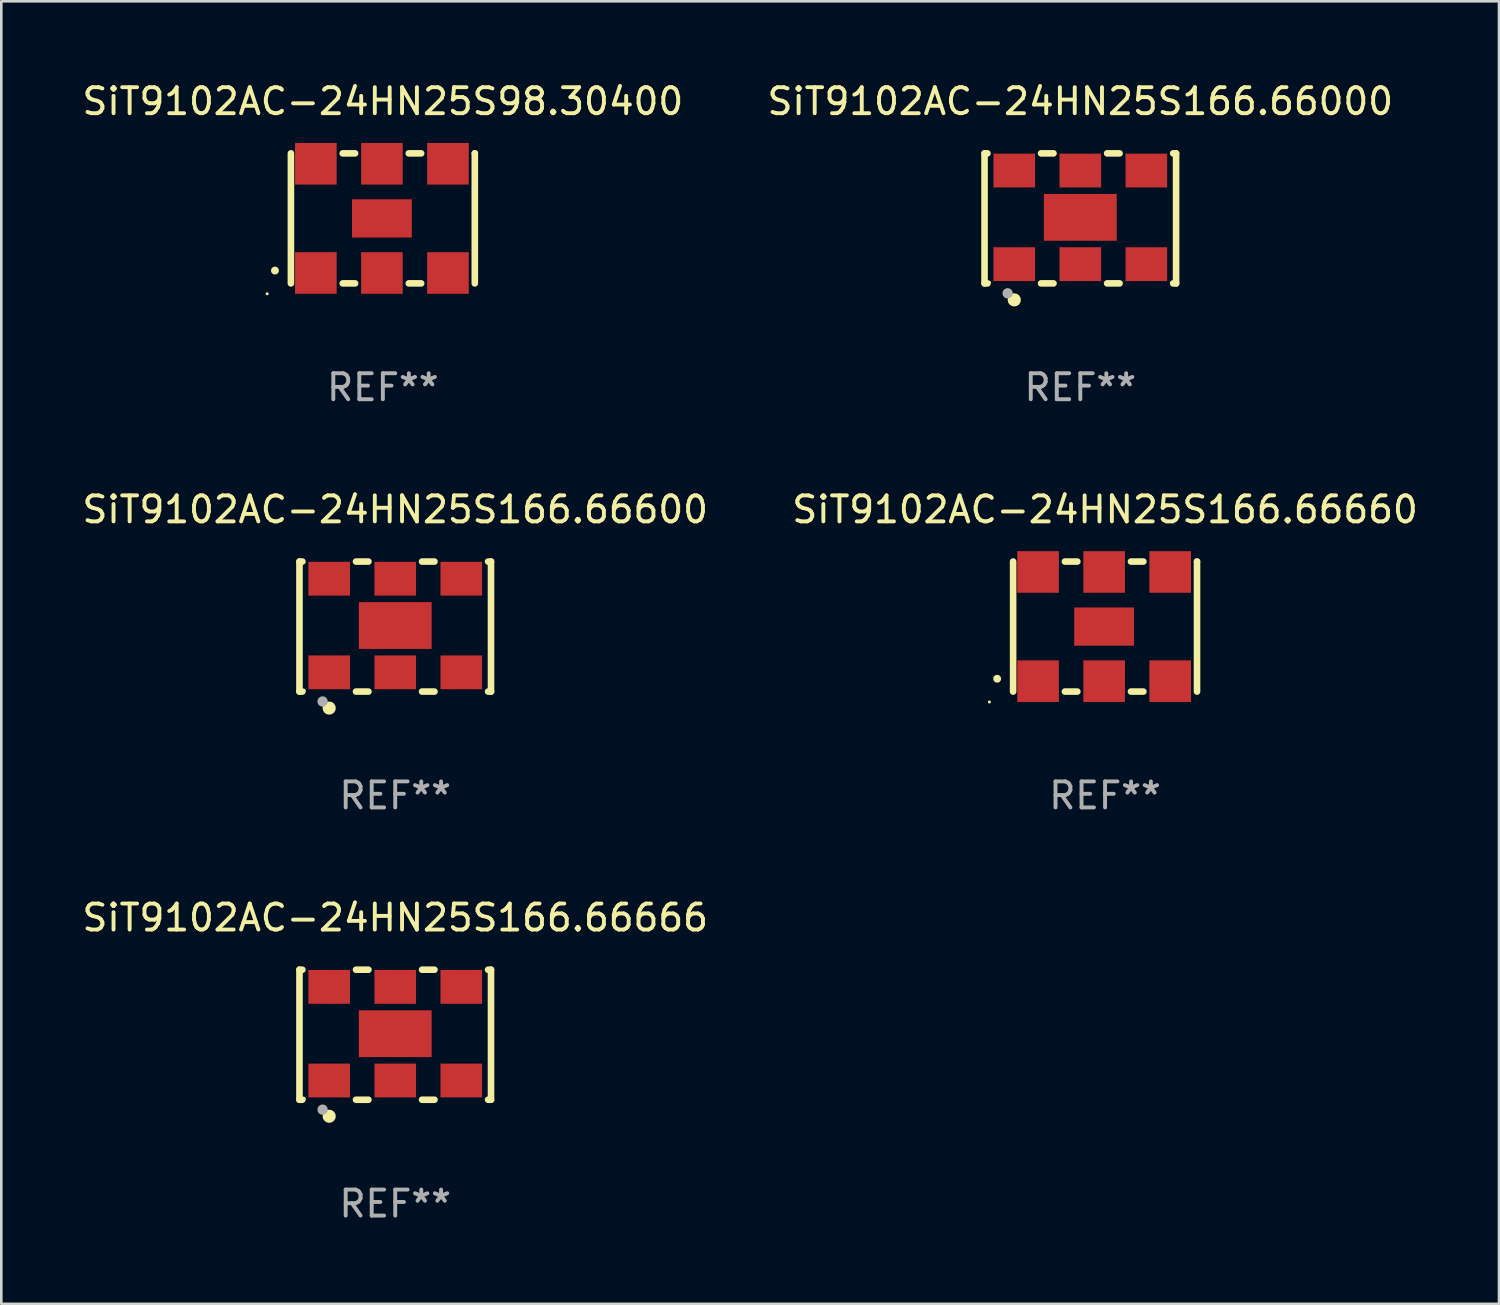
<source format=kicad_pcb>
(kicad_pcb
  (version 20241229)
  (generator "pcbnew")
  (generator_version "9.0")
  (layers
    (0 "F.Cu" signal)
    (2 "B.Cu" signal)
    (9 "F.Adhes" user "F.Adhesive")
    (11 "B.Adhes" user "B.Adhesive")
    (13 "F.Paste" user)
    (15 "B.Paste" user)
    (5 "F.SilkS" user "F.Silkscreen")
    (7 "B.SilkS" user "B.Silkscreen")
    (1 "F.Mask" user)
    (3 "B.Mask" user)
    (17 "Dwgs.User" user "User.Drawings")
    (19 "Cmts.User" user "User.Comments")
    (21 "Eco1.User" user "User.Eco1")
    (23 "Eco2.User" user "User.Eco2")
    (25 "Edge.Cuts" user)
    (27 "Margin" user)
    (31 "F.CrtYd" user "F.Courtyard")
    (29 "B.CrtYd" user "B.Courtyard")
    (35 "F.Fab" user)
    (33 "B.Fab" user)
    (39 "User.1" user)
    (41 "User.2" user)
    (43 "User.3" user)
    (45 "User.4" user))
  (footprint "SiT9102AC-24HN25S166.66660"
    (layer "F.Cu")
    (at 39.446 21.045)
    (property "Reference" "SiT9102AC-24HN25S166.66660" (at 0 -4.5 0) (layer "F.SilkS") (effects (font (size 1 1) (thickness 0.15))))
    (attr through_hole)
    (fp_line (start -3.536 -2.5) (end -3.536 2.5) (stroke (width 0.254) (type solid)) (layer "F.SilkS"))
    (fp_line (start -1.544 2.5) (end -1.067 2.5) (stroke (width 0.254) (type solid)) (layer "F.SilkS"))
    (fp_line (start -1.067 -2.5) (end -1.544 -2.5) (stroke (width 0.254) (type solid)) (layer "F.SilkS"))
    (fp_line (start 0.996 2.5) (end 1.473 2.5) (stroke (width 0.254) (type solid)) (layer "F.SilkS"))
    (fp_line (start 1.473 -2.5) (end 0.996 -2.5) (stroke (width 0.254) (type solid)) (layer "F.SilkS"))
    (fp_line (start 3.536 -2.5) (end 3.536 -2.5) (stroke (width 0.254) (type solid)) (layer "F.SilkS"))
    (fp_line (start 3.536 2.5) (end 3.536 -2.5) (stroke (width 0.254) (type solid)) (layer "F.SilkS"))
    (fp_arc (start -4.150432 2.006604) (mid -4.149162 2.006599) (end -4.147892 2.006604) (stroke (width 0.3) (type solid)) (layer "F.SilkS"))
    (fp_circle (center -4.449 2.9) (end -4.419 2.9) (stroke (width 0.06) (type solid)) (fill no) (layer "F.SilkS"))
    (fp_text user "REF**" (at 0 6.5 0) (layer "F.Fab") (effects (font (size 1 1) (thickness 0.15))))
    (pad "1" smd rect (at -2.576 2.1) (size 1.6 1.6) (layers "F.Cu" "F.Mask" "F.Paste"))
    (pad "2" smd rect (at -0.036 2.1) (size 1.6 1.6) (layers "F.Cu" "F.Mask" "F.Paste"))
    (pad "3" smd rect (at 2.504 2.1) (size 1.6 1.6) (layers "F.Cu" "F.Mask" "F.Paste"))
    (pad "4" smd rect (at 2.504 -2.1) (size 1.6 1.6) (layers "F.Cu" "F.Mask" "F.Paste"))
    (pad "5" smd rect (at -0.036 -2.1) (size 1.6 1.6) (layers "F.Cu" "F.Mask" "F.Paste"))
    (pad "6" smd rect (at -2.576 -2.1) (size 1.6 1.6) (layers "F.Cu" "F.Mask" "F.Paste"))
    (pad "7" smd rect (at -0.036 0) (size 2.3 1.47) (layers "F.Cu" "F.Mask" "F.Paste")))
  (footprint "SiT9102AC-24HN25S166.66600"
    (layer "F.Cu")
    (at 12.149 21.045)
    (property "Reference" "SiT9102AC-24HN25S166.66600" (at 0 -4.5 0) (layer "F.SilkS") (effects (font (size 1 1) (thickness 0.15))))
    (attr through_hole)
    (fp_line (start -3.683 -2.5) (end -3.571 -2.5) (stroke (width 0.254) (type solid)) (layer "F.SilkS"))
    (fp_line (start -3.683 2.5) (end -3.683 -2.5) (stroke (width 0.254) (type solid)) (layer "F.SilkS"))
    (fp_line (start -3.683 2.5) (end -3.571 2.5) (stroke (width 0.254) (type solid)) (layer "F.SilkS"))
    (fp_line (start -1.509 -2.5) (end -1.031 -2.5) (stroke (width 0.254) (type solid)) (layer "F.SilkS"))
    (fp_line (start -1.509 2.5) (end -1.031 2.5) (stroke (width 0.254) (type solid)) (layer "F.SilkS"))
    (fp_line (start 1.031 -2.5) (end 1.509 -2.5) (stroke (width 0.254) (type solid)) (layer "F.SilkS"))
    (fp_line (start 1.031 2.5) (end 1.509 2.5) (stroke (width 0.254) (type solid)) (layer "F.SilkS"))
    (fp_line (start 3.571 -2.5) (end 3.683 -2.5) (stroke (width 0.254) (type solid)) (layer "F.SilkS"))
    (fp_line (start 3.571 2.5) (end 3.683 2.5) (stroke (width 0.254) (type solid)) (layer "F.SilkS"))
    (fp_line (start 3.683 2.5) (end 3.683 -2.5) (stroke (width 0.254) (type solid)) (layer "F.SilkS"))
    (fp_circle (center -3.5 2.46) (end -3.47 2.46) (stroke (width 0.06) (type solid)) (fill no) (layer "F.SilkS"))
    (fp_circle (center -2.54 3.135) (end -2.413 3.135) (stroke (width 0.254) (type solid)) (fill no) (layer "F.SilkS"))
    (fp_circle (center -2.794 2.881) (end -2.694 2.881) (stroke (width 0.2) (type solid)) (fill no) (layer "F.Fab"))
    (fp_text user "REF**" (at 0 6.5 0) (layer "F.Fab") (effects (font (size 1 1) (thickness 0.15))))
    (pad "1" smd rect (at -2.54 1.76) (size 1.6 1.3) (layers "F.Cu" "F.Mask" "F.Paste"))
    (pad "2" smd rect (at 0 1.76) (size 1.6 1.3) (layers "F.Cu" "F.Mask" "F.Paste"))
    (pad "3" smd rect (at 2.54 1.76) (size 1.6 1.3) (layers "F.Cu" "F.Mask" "F.Paste"))
    (pad "4" smd rect (at 2.54 -1.84) (size 1.6 1.3) (layers "F.Cu" "F.Mask" "F.Paste"))
    (pad "5" smd rect (at 0 -1.84) (size 1.6 1.3) (layers "F.Cu" "F.Mask" "F.Paste"))
    (pad "6" smd rect (at -2.54 -1.84) (size 1.6 1.3) (layers "F.Cu" "F.Mask" "F.Paste"))
    (pad "7" smd rect (at 0 -0.04) (size 2.8 1.8) (layers "F.Cu" "F.Mask" "F.Paste")))
  (footprint "SiT9102AC-24HN25S166.66666"
    (layer "F.Cu")
    (at 12.149 36.741)
    (property "Reference" "SiT9102AC-24HN25S166.66666" (at 0 -4.5 0) (layer "F.SilkS") (effects (font (size 1 1) (thickness 0.15))))
    (attr through_hole)
    (fp_line (start -3.683 -2.5) (end -3.571 -2.5) (stroke (width 0.254) (type solid)) (layer "F.SilkS"))
    (fp_line (start -3.683 2.5) (end -3.683 -2.5) (stroke (width 0.254) (type solid)) (layer "F.SilkS"))
    (fp_line (start -3.683 2.5) (end -3.571 2.5) (stroke (width 0.254) (type solid)) (layer "F.SilkS"))
    (fp_line (start -1.509 -2.5) (end -1.031 -2.5) (stroke (width 0.254) (type solid)) (layer "F.SilkS"))
    (fp_line (start -1.509 2.5) (end -1.031 2.5) (stroke (width 0.254) (type solid)) (layer "F.SilkS"))
    (fp_line (start 1.031 -2.5) (end 1.509 -2.5) (stroke (width 0.254) (type solid)) (layer "F.SilkS"))
    (fp_line (start 1.031 2.5) (end 1.509 2.5) (stroke (width 0.254) (type solid)) (layer "F.SilkS"))
    (fp_line (start 3.571 -2.5) (end 3.683 -2.5) (stroke (width 0.254) (type solid)) (layer "F.SilkS"))
    (fp_line (start 3.571 2.5) (end 3.683 2.5) (stroke (width 0.254) (type solid)) (layer "F.SilkS"))
    (fp_line (start 3.683 2.5) (end 3.683 -2.5) (stroke (width 0.254) (type solid)) (layer "F.SilkS"))
    (fp_circle (center -3.5 2.46) (end -3.47 2.46) (stroke (width 0.06) (type solid)) (fill no) (layer "F.SilkS"))
    (fp_circle (center -2.54 3.135) (end -2.413 3.135) (stroke (width 0.254) (type solid)) (fill no) (layer "F.SilkS"))
    (fp_circle (center -2.794 2.881) (end -2.694 2.881) (stroke (width 0.2) (type solid)) (fill no) (layer "F.Fab"))
    (fp_text user "REF**" (at 0 6.5 0) (layer "F.Fab") (effects (font (size 1 1) (thickness 0.15))))
    (pad "1" smd rect (at -2.54 1.76) (size 1.6 1.3) (layers "F.Cu" "F.Mask" "F.Paste"))
    (pad "2" smd rect (at 0 1.76) (size 1.6 1.3) (layers "F.Cu" "F.Mask" "F.Paste"))
    (pad "3" smd rect (at 2.54 1.76) (size 1.6 1.3) (layers "F.Cu" "F.Mask" "F.Paste"))
    (pad "4" smd rect (at 2.54 -1.84) (size 1.6 1.3) (layers "F.Cu" "F.Mask" "F.Paste"))
    (pad "5" smd rect (at 0 -1.84) (size 1.6 1.3) (layers "F.Cu" "F.Mask" "F.Paste"))
    (pad "6" smd rect (at -2.54 -1.84) (size 1.6 1.3) (layers "F.Cu" "F.Mask" "F.Paste"))
    (pad "7" smd rect (at 0 -0.04) (size 2.8 1.8) (layers "F.Cu" "F.Mask" "F.Paste")))
  (footprint "SiT9102AC-24HN25S166.66000"
    (layer "F.Cu")
    (at 38.494 5.348)
    (property "Reference" "SiT9102AC-24HN25S166.66000" (at 0 -4.5 0) (layer "F.SilkS") (effects (font (size 1 1) (thickness 0.15))))
    (attr through_hole)
    (fp_line (start -3.683 -2.5) (end -3.571 -2.5) (stroke (width 0.254) (type solid)) (layer "F.SilkS"))
    (fp_line (start -3.683 2.5) (end -3.683 -2.5) (stroke (width 0.254) (type solid)) (layer "F.SilkS"))
    (fp_line (start -3.683 2.5) (end -3.571 2.5) (stroke (width 0.254) (type solid)) (layer "F.SilkS"))
    (fp_line (start -1.509 -2.5) (end -1.031 -2.5) (stroke (width 0.254) (type solid)) (layer "F.SilkS"))
    (fp_line (start -1.509 2.5) (end -1.031 2.5) (stroke (width 0.254) (type solid)) (layer "F.SilkS"))
    (fp_line (start 1.031 -2.5) (end 1.509 -2.5) (stroke (width 0.254) (type solid)) (layer "F.SilkS"))
    (fp_line (start 1.031 2.5) (end 1.509 2.5) (stroke (width 0.254) (type solid)) (layer "F.SilkS"))
    (fp_line (start 3.571 -2.5) (end 3.683 -2.5) (stroke (width 0.254) (type solid)) (layer "F.SilkS"))
    (fp_line (start 3.571 2.5) (end 3.683 2.5) (stroke (width 0.254) (type solid)) (layer "F.SilkS"))
    (fp_line (start 3.683 2.5) (end 3.683 -2.5) (stroke (width 0.254) (type solid)) (layer "F.SilkS"))
    (fp_circle (center -3.5 2.46) (end -3.47 2.46) (stroke (width 0.06) (type solid)) (fill no) (layer "F.SilkS"))
    (fp_circle (center -2.54 3.135) (end -2.413 3.135) (stroke (width 0.254) (type solid)) (fill no) (layer "F.SilkS"))
    (fp_circle (center -2.794 2.881) (end -2.694 2.881) (stroke (width 0.2) (type solid)) (fill no) (layer "F.Fab"))
    (fp_text user "REF**" (at 0 6.5 0) (layer "F.Fab") (effects (font (size 1 1) (thickness 0.15))))
    (pad "1" smd rect (at -2.54 1.76) (size 1.6 1.3) (layers "F.Cu" "F.Mask" "F.Paste"))
    (pad "2" smd rect (at 0 1.76) (size 1.6 1.3) (layers "F.Cu" "F.Mask" "F.Paste"))
    (pad "3" smd rect (at 2.54 1.76) (size 1.6 1.3) (layers "F.Cu" "F.Mask" "F.Paste"))
    (pad "4" smd rect (at 2.54 -1.84) (size 1.6 1.3) (layers "F.Cu" "F.Mask" "F.Paste"))
    (pad "5" smd rect (at 0 -1.84) (size 1.6 1.3) (layers "F.Cu" "F.Mask" "F.Paste"))
    (pad "6" smd rect (at -2.54 -1.84) (size 1.6 1.3) (layers "F.Cu" "F.Mask" "F.Paste"))
    (pad "7" smd rect (at 0 -0.04) (size 2.8 1.8) (layers "F.Cu" "F.Mask" "F.Paste")))
  (footprint "SiT9102AC-24HN25S98.30400"
    (layer "F.Cu")
    (at 11.673 5.348)
    (property "Reference" "SiT9102AC-24HN25S98.30400" (at 0 -4.5 0) (layer "F.SilkS") (effects (font (size 1 1) (thickness 0.15))))
    (attr through_hole)
    (fp_line (start -3.536 -2.5) (end -3.536 2.5) (stroke (width 0.254) (type solid)) (layer "F.SilkS"))
    (fp_line (start -1.544 2.5) (end -1.067 2.5) (stroke (width 0.254) (type solid)) (layer "F.SilkS"))
    (fp_line (start -1.067 -2.5) (end -1.544 -2.5) (stroke (width 0.254) (type solid)) (layer "F.SilkS"))
    (fp_line (start 0.996 2.5) (end 1.473 2.5) (stroke (width 0.254) (type solid)) (layer "F.SilkS"))
    (fp_line (start 1.473 -2.5) (end 0.996 -2.5) (stroke (width 0.254) (type solid)) (layer "F.SilkS"))
    (fp_line (start 3.536 -2.5) (end 3.536 -2.5) (stroke (width 0.254) (type solid)) (layer "F.SilkS"))
    (fp_line (start 3.536 2.5) (end 3.536 -2.5) (stroke (width 0.254) (type solid)) (layer "F.SilkS"))
    (fp_arc (start -4.150432 2.006604) (mid -4.149162 2.006599) (end -4.147892 2.006604) (stroke (width 0.3) (type solid)) (layer "F.SilkS"))
    (fp_circle (center -4.449 2.9) (end -4.419 2.9) (stroke (width 0.06) (type solid)) (fill no) (layer "F.SilkS"))
    (fp_text user "REF**" (at 0 6.5 0) (layer "F.Fab") (effects (font (size 1 1) (thickness 0.15))))
    (pad "1" smd rect (at -2.576 2.1) (size 1.6 1.6) (layers "F.Cu" "F.Mask" "F.Paste"))
    (pad "2" smd rect (at -0.036 2.1) (size 1.6 1.6) (layers "F.Cu" "F.Mask" "F.Paste"))
    (pad "3" smd rect (at 2.504 2.1) (size 1.6 1.6) (layers "F.Cu" "F.Mask" "F.Paste"))
    (pad "4" smd rect (at 2.504 -2.1) (size 1.6 1.6) (layers "F.Cu" "F.Mask" "F.Paste"))
    (pad "5" smd rect (at -0.036 -2.1) (size 1.6 1.6) (layers "F.Cu" "F.Mask" "F.Paste"))
    (pad "6" smd rect (at -2.576 -2.1) (size 1.6 1.6) (layers "F.Cu" "F.Mask" "F.Paste"))
    (pad "7" smd rect (at -0.036 0) (size 2.3 1.47) (layers "F.Cu" "F.Mask" "F.Paste")))
  (gr_rect
    (start -3 -3)
    (end 54.595 47.09)
    (stroke (width 0.1) (type default))
    (fill no)
    (layer "Edge.Cuts")))
</source>
